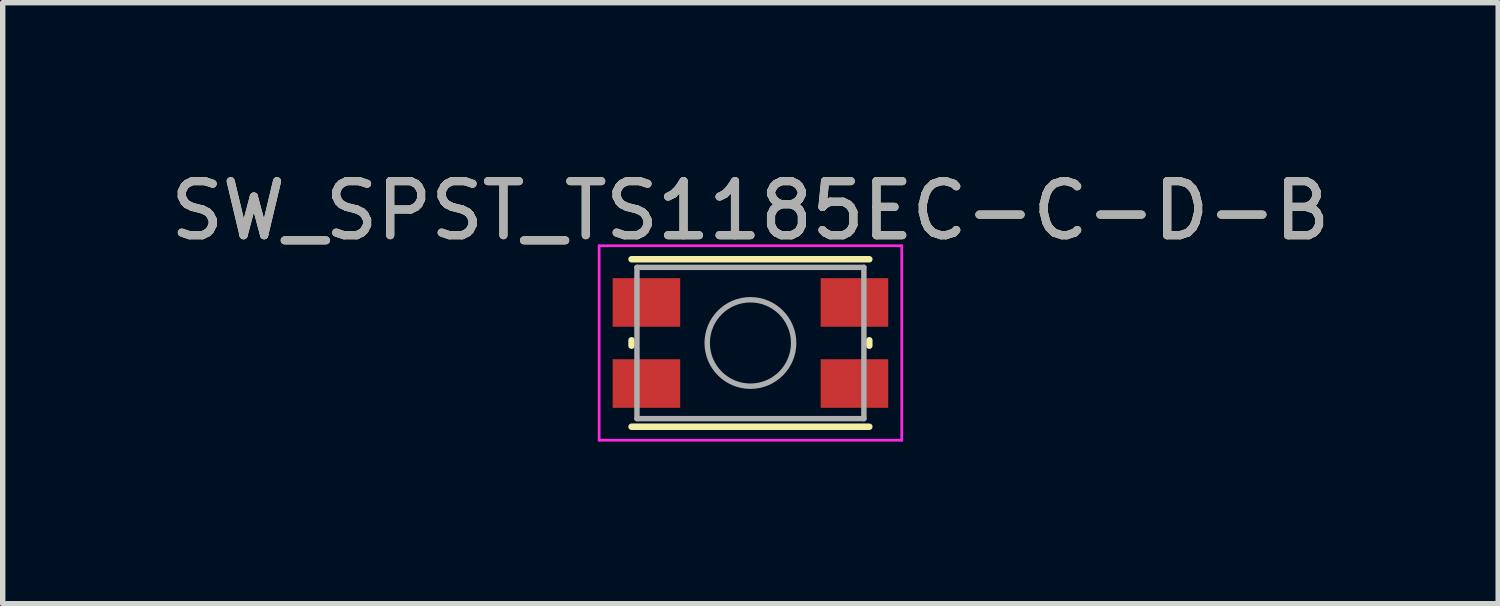
<source format=kicad_pcb>
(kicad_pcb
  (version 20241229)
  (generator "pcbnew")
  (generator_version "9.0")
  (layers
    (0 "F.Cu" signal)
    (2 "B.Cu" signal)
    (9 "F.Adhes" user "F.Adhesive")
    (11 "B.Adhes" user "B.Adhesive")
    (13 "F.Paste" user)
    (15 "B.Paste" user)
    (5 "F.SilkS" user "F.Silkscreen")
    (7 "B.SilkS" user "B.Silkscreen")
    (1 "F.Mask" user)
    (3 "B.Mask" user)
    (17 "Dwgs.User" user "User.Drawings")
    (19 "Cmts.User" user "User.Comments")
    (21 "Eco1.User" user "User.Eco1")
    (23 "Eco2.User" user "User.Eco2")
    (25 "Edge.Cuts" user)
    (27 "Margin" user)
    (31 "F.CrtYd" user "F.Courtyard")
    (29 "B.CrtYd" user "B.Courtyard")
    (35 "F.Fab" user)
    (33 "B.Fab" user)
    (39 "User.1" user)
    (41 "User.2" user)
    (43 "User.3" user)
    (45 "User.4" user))
  (footprint "SW_SPST_TS1185EC-C-D-B"
    (layer "F.Cu")
    (at 10.839 3.298)
    (property "Reference" "SW_SPST_TS1185EC-C-D-B" (at 0 -2.45 0) (layer "F.SilkS") (effects (font (size 1 1) (thickness 0.15))))
    (attr smd)
    (fp_line (start -2.2 0.05) (end -2.2 -0.05) (stroke (width 0.12) (type solid)) (layer "F.SilkS"))
    (fp_line (start -2.2 1.55) (end 2.2 1.55) (stroke (width 0.12) (type solid)) (layer "F.SilkS"))
    (fp_line (start 2.2 -1.55) (end -2.2 -1.55) (stroke (width 0.12) (type solid)) (layer "F.SilkS"))
    (fp_line (start 2.2 0.05) (end 2.2 -0.05) (stroke (width 0.12) (type solid)) (layer "F.SilkS"))
    (fp_line (start -2.8 -1.8) (end 2.8 -1.8) (stroke (width 0.05) (type solid)) (layer "F.CrtYd"))
    (fp_line (start -2.8 1.8) (end -2.8 -1.8) (stroke (width 0.05) (type solid)) (layer "F.CrtYd"))
    (fp_line (start 2.8 -1.8) (end 2.8 1.8) (stroke (width 0.05) (type solid)) (layer "F.CrtYd"))
    (fp_line (start 2.8 1.8) (end -2.8 1.8) (stroke (width 0.05) (type solid)) (layer "F.CrtYd"))
    (fp_line (start -2.1 -1.4) (end 2.1 -1.4) (stroke (width 0.1) (type solid)) (layer "F.Fab"))
    (fp_line (start -2.1 1.4) (end -2.1 -1.4) (stroke (width 0.1) (type solid)) (layer "F.Fab"))
    (fp_line (start 2.1 -1.4) (end 2.1 1.4) (stroke (width 0.1) (type solid)) (layer "F.Fab"))
    (fp_line (start 2.1 1.4) (end -2.1 1.4) (stroke (width 0.1) (type solid)) (layer "F.Fab"))
    (fp_circle (center 0 0) (end 0 0.8) (stroke (width 0.1) (type solid)) (fill no) (layer "F.Fab"))
    (fp_text user "${REFERENCE}" (at 0 -2.45 0) (layer "F.Fab") (effects (font (size 1 1) (thickness 0.15))))
    (pad "1" smd rect (at -1.925 -0.75) (size 1.25 0.9) (layers "F.Cu" "F.Mask" "F.Paste"))
    (pad "1" smd rect (at 1.925 -0.75) (size 1.25 0.9) (layers "F.Cu" "F.Mask" "F.Paste"))
    (pad "2" smd rect (at -1.925 0.75) (size 1.25 0.9) (layers "F.Cu" "F.Mask" "F.Paste"))
    (pad "2" smd rect (at 1.925 0.75) (size 1.25 0.9) (layers "F.Cu" "F.Mask" "F.Paste")))
  (gr_rect
    (start -3 -3)
    (end 24.679 8.123)
    (stroke (width 0.1) (type default))
    (fill no)
    (layer "Edge.Cuts")))
</source>
